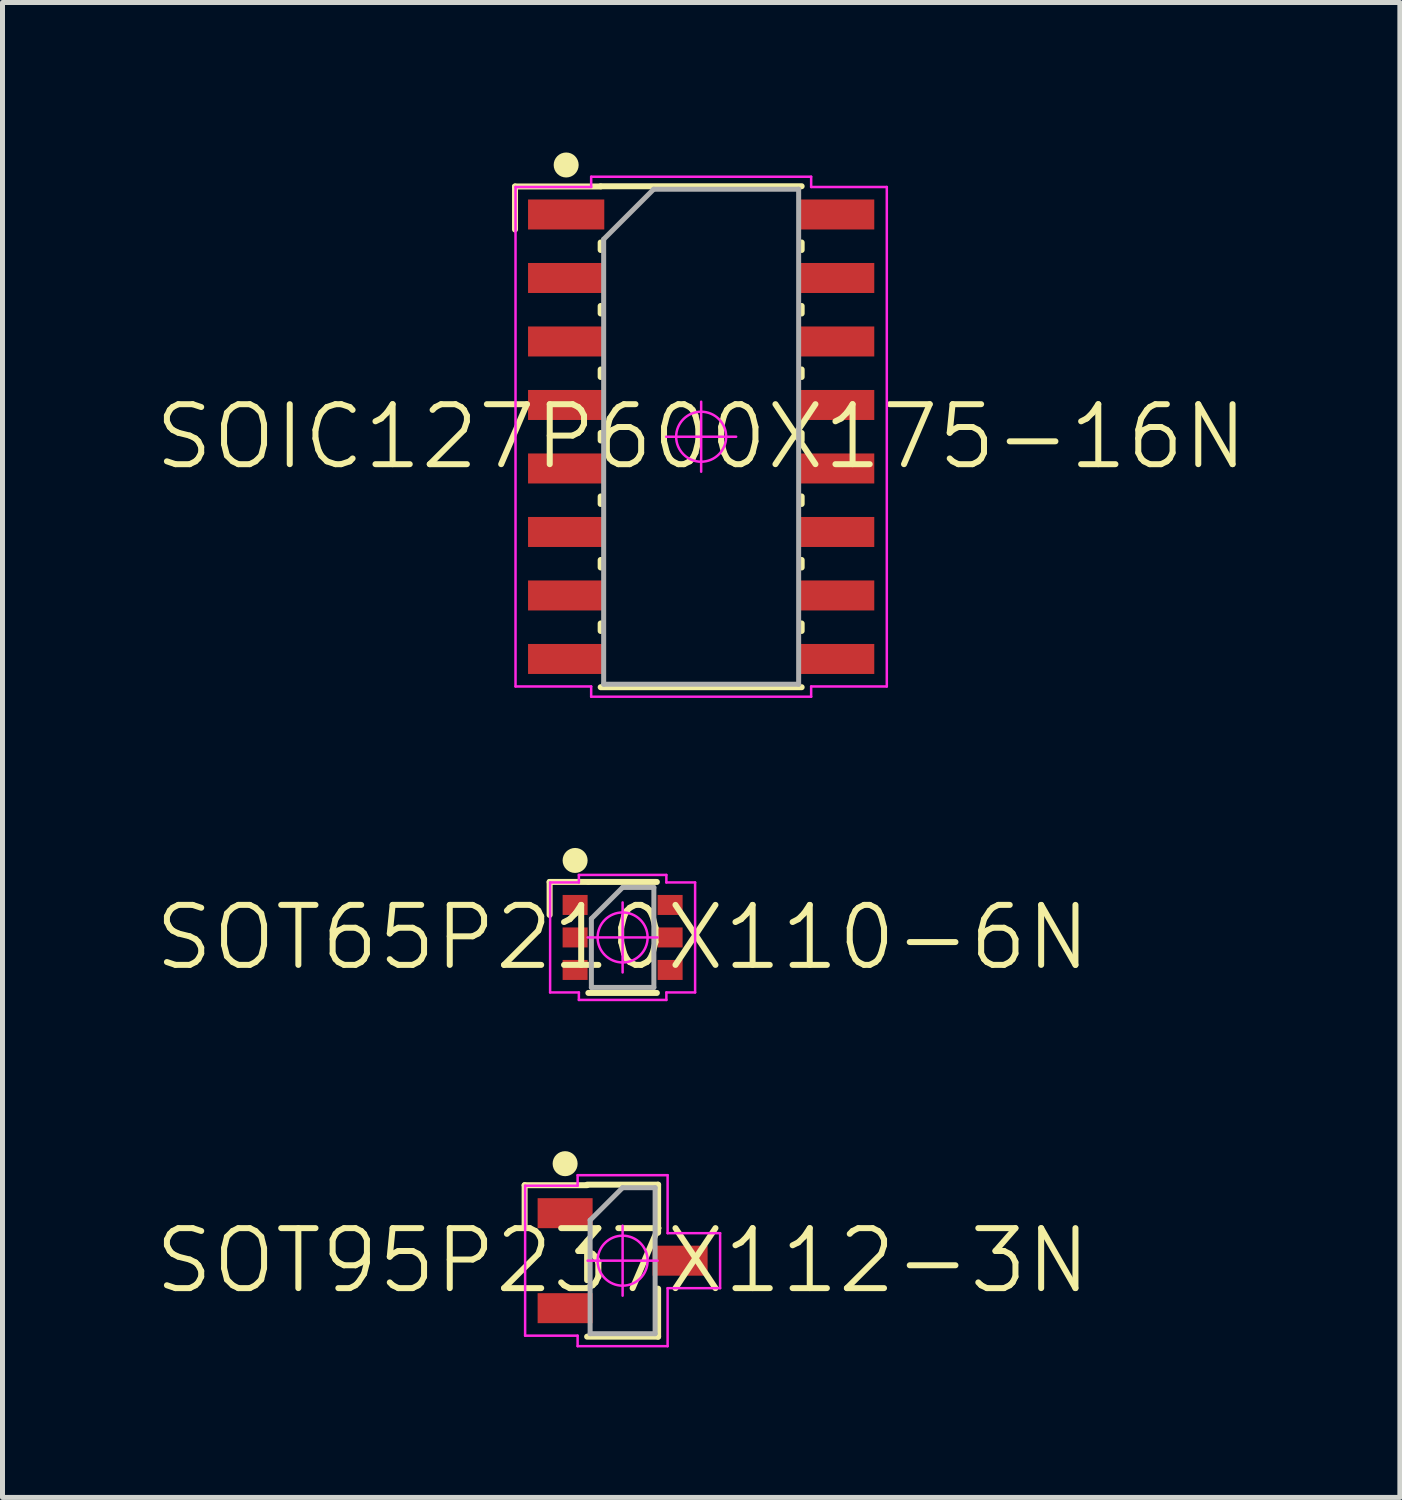
<source format=kicad_pcb>
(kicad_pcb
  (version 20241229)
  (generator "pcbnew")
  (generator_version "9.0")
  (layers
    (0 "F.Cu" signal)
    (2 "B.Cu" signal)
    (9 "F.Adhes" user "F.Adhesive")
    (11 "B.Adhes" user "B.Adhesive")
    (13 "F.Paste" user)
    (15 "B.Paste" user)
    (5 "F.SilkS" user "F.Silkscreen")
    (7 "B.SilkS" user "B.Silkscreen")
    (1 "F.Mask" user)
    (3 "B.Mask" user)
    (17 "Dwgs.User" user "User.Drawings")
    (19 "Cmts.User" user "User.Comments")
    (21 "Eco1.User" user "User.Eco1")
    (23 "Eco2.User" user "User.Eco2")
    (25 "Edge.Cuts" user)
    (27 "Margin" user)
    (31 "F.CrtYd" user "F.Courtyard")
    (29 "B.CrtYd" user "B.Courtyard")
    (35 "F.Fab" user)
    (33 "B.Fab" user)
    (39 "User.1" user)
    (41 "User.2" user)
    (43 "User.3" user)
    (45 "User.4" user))
  (footprint "SOT65P210X110-6N"
    (layer "F.Cu")
    (at 9.403 15.7)
    (property "Reference" "SOT65P210X110-6N" (at 0 0 0) (layer "F.SilkS") (effects (font (size 1.2 1.2) (thickness 0.12))))
    (attr smd)
    (fp_line (start -1.46 -1.11) (end -1.46 -0.45) (stroke (width 0.12) (type solid)) (layer "F.SilkS"))
    (fp_line (start -0.685 -1.11) (end -1.46 -1.11) (stroke (width 0.12) (type solid)) (layer "F.SilkS"))
    (fp_line (start -0.685 -1.11) (end 0.685 -1.11) (stroke (width 0.12) (type solid)) (layer "F.SilkS"))
    (fp_line (start 0.685 1.11) (end -0.685 1.11) (stroke (width 0.12) (type solid)) (layer "F.SilkS"))
    (fp_circle (center -0.95 -1.54) (end -0.95 -1.415) (stroke (width 0.25) (type solid)) (fill no) (layer "F.SilkS"))
    (fp_line (start -1.45 -1.1) (end -0.875 -1.1) (stroke (width 0.05) (type solid)) (layer "F.CrtYd"))
    (fp_line (start -1.45 1.1) (end -1.45 -1.1) (stroke (width 0.05) (type solid)) (layer "F.CrtYd"))
    (fp_line (start -0.875 -1.25) (end 0.875 -1.25) (stroke (width 0.05) (type solid)) (layer "F.CrtYd"))
    (fp_line (start -0.875 -1.1) (end -0.875 -1.25) (stroke (width 0.05) (type solid)) (layer "F.CrtYd"))
    (fp_line (start -0.875 1.1) (end -1.45 1.1) (stroke (width 0.05) (type solid)) (layer "F.CrtYd"))
    (fp_line (start -0.875 1.25) (end -0.875 1.1) (stroke (width 0.05) (type solid)) (layer "F.CrtYd"))
    (fp_line (start -0.7 0) (end 0.7 0) (stroke (width 0.05) (type solid)) (layer "F.CrtYd"))
    (fp_line (start 0 -0.7) (end 0 0.7) (stroke (width 0.05) (type solid)) (layer "F.CrtYd"))
    (fp_line (start 0.875 -1.25) (end 0.875 -1.1) (stroke (width 0.05) (type solid)) (layer "F.CrtYd"))
    (fp_line (start 0.875 -1.1) (end 1.45 -1.1) (stroke (width 0.05) (type solid)) (layer "F.CrtYd"))
    (fp_line (start 0.875 1.1) (end 0.875 1.25) (stroke (width 0.05) (type solid)) (layer "F.CrtYd"))
    (fp_line (start 0.875 1.25) (end -0.875 1.25) (stroke (width 0.05) (type solid)) (layer "F.CrtYd"))
    (fp_line (start 1.45 -1.1) (end 1.45 1.1) (stroke (width 0.05) (type solid)) (layer "F.CrtYd"))
    (fp_line (start 1.45 1.1) (end 0.875 1.1) (stroke (width 0.05) (type solid)) (layer "F.CrtYd"))
    (fp_circle (center 0 0) (end 0 0.5) (stroke (width 0.05) (type solid)) (fill no) (layer "F.CrtYd"))
    (fp_line (start -0.625 -0.375) (end 0 -1) (stroke (width 0.1) (type solid)) (layer "F.Fab"))
    (fp_line (start -0.625 1) (end -0.625 -0.375) (stroke (width 0.1) (type solid)) (layer "F.Fab"))
    (fp_line (start 0 -1) (end 0.625 -1) (stroke (width 0.1) (type solid)) (layer "F.Fab"))
    (fp_line (start 0.625 -1) (end 0.625 1) (stroke (width 0.1) (type solid)) (layer "F.Fab"))
    (fp_line (start 0.625 1) (end -0.625 1) (stroke (width 0.1) (type solid)) (layer "F.Fab"))
    (pad "1" smd rect (at -0.95 -0.65) (size 0.5 0.4) (layers "F.Cu" "F.Mask" "F.Paste"))
    (pad "2" smd rect (at -0.95 0) (size 0.5 0.4) (layers "F.Cu" "F.Mask" "F.Paste"))
    (pad "3" smd rect (at -0.95 0.65) (size 0.5 0.4) (layers "F.Cu" "F.Mask" "F.Paste"))
    (pad "4" smd rect (at 0.95 0.65) (size 0.5 0.4) (layers "F.Cu" "F.Mask" "F.Paste"))
    (pad "5" smd rect (at 0.95 0) (size 0.5 0.4) (layers "F.Cu" "F.Mask" "F.Paste"))
    (pad "6" smd rect (at 0.95 -0.65) (size 0.5 0.4) (layers "F.Cu" "F.Mask" "F.Paste")))
  (footprint "SOIC127P600X175-16N"
    (layer "F.Cu")
    (at 10.974 5.685)
    (property "Reference" "SOIC127P600X175-16N" (at 0 0 0) (layer "F.SilkS") (effects (font (size 1.2 1.2) (thickness 0.12))))
    (attr smd)
    (fp_line (start -3.723 -5.005) (end -3.723 -4.145) (stroke (width 0.12) (type solid)) (layer "F.SilkS"))
    (fp_line (start -2.01 -5.01) (end 2.01 -5.01) (stroke (width 0.12) (type solid)) (layer "F.SilkS"))
    (fp_line (start -2.01 -5.005) (end -3.723 -5.005) (stroke (width 0.12) (type solid)) (layer "F.SilkS"))
    (fp_line (start -2.01 -3.885) (end -2.01 -3.735) (stroke (width 0.12) (type solid)) (layer "F.SilkS"))
    (fp_line (start -2.01 -2.615) (end -2.01 -2.465) (stroke (width 0.12) (type solid)) (layer "F.SilkS"))
    (fp_line (start -2.01 -1.345) (end -2.01 -1.195) (stroke (width 0.12) (type solid)) (layer "F.SilkS"))
    (fp_line (start -2.01 -0.075) (end -2.01 0.075) (stroke (width 0.12) (type solid)) (layer "F.SilkS"))
    (fp_line (start -2.01 1.195) (end -2.01 1.345) (stroke (width 0.12) (type solid)) (layer "F.SilkS"))
    (fp_line (start -2.01 2.465) (end -2.01 2.615) (stroke (width 0.12) (type solid)) (layer "F.SilkS"))
    (fp_line (start -2.01 3.735) (end -2.01 3.885) (stroke (width 0.12) (type solid)) (layer "F.SilkS"))
    (fp_line (start 2.01 -3.885) (end 2.01 -3.735) (stroke (width 0.12) (type solid)) (layer "F.SilkS"))
    (fp_line (start 2.01 -2.615) (end 2.01 -2.465) (stroke (width 0.12) (type solid)) (layer "F.SilkS"))
    (fp_line (start 2.01 -1.345) (end 2.01 -1.195) (stroke (width 0.12) (type solid)) (layer "F.SilkS"))
    (fp_line (start 2.01 -0.075) (end 2.01 0.075) (stroke (width 0.12) (type solid)) (layer "F.SilkS"))
    (fp_line (start 2.01 1.195) (end 2.01 1.345) (stroke (width 0.12) (type solid)) (layer "F.SilkS"))
    (fp_line (start 2.01 2.465) (end 2.01 2.615) (stroke (width 0.12) (type solid)) (layer "F.SilkS"))
    (fp_line (start 2.01 3.735) (end 2.01 3.885) (stroke (width 0.12) (type solid)) (layer "F.SilkS"))
    (fp_line (start 2.01 5.01) (end -2.01 5.01) (stroke (width 0.12) (type solid)) (layer "F.SilkS"))
    (fp_circle (center -2.7 -5.435) (end -2.7 -5.31) (stroke (width 0.25) (type solid)) (fill no) (layer "F.SilkS"))
    (fp_line (start -3.713 -4.995) (end -2.2 -4.995) (stroke (width 0.05) (type solid)) (layer "F.CrtYd"))
    (fp_line (start -3.713 4.995) (end -3.713 -4.995) (stroke (width 0.05) (type solid)) (layer "F.CrtYd"))
    (fp_line (start -2.2 -5.2) (end 2.2 -5.2) (stroke (width 0.05) (type solid)) (layer "F.CrtYd"))
    (fp_line (start -2.2 -4.995) (end -2.2 -5.2) (stroke (width 0.05) (type solid)) (layer "F.CrtYd"))
    (fp_line (start -2.2 4.995) (end -3.713 4.995) (stroke (width 0.05) (type solid)) (layer "F.CrtYd"))
    (fp_line (start -2.2 5.2) (end -2.2 4.995) (stroke (width 0.05) (type solid)) (layer "F.CrtYd"))
    (fp_line (start -0.7 0) (end 0.7 0) (stroke (width 0.05) (type solid)) (layer "F.CrtYd"))
    (fp_line (start 0 -0.7) (end 0 0.7) (stroke (width 0.05) (type solid)) (layer "F.CrtYd"))
    (fp_line (start 2.2 -5.2) (end 2.2 -4.995) (stroke (width 0.05) (type solid)) (layer "F.CrtYd"))
    (fp_line (start 2.2 -4.995) (end 3.713 -4.995) (stroke (width 0.05) (type solid)) (layer "F.CrtYd"))
    (fp_line (start 2.2 4.995) (end 2.2 5.2) (stroke (width 0.05) (type solid)) (layer "F.CrtYd"))
    (fp_line (start 2.2 5.2) (end -2.2 5.2) (stroke (width 0.05) (type solid)) (layer "F.CrtYd"))
    (fp_line (start 3.713 -4.995) (end 3.713 4.995) (stroke (width 0.05) (type solid)) (layer "F.CrtYd"))
    (fp_line (start 3.713 4.995) (end 2.2 4.995) (stroke (width 0.05) (type solid)) (layer "F.CrtYd"))
    (fp_circle (center 0 0) (end 0 0.5) (stroke (width 0.05) (type solid)) (fill no) (layer "F.CrtYd"))
    (fp_line (start -1.95 -3.95) (end -0.95 -4.95) (stroke (width 0.1) (type solid)) (layer "F.Fab"))
    (fp_line (start -1.95 4.95) (end -1.95 -3.95) (stroke (width 0.1) (type solid)) (layer "F.Fab"))
    (fp_line (start -0.95 -4.95) (end 1.95 -4.95) (stroke (width 0.1) (type solid)) (layer "F.Fab"))
    (fp_line (start 1.95 -4.95) (end 1.95 4.95) (stroke (width 0.1) (type solid)) (layer "F.Fab"))
    (fp_line (start 1.95 4.95) (end -1.95 4.95) (stroke (width 0.1) (type solid)) (layer "F.Fab"))
    (pad "1" smd rect (at -2.7 -4.445) (size 1.525 0.6) (layers "F.Cu" "F.Mask" "F.Paste"))
    (pad "2" smd rect (at -2.7 -3.175) (size 1.525 0.6) (layers "F.Cu" "F.Mask" "F.Paste"))
    (pad "3" smd rect (at -2.7 -1.905) (size 1.525 0.6) (layers "F.Cu" "F.Mask" "F.Paste"))
    (pad "4" smd rect (at -2.7 -0.635) (size 1.525 0.6) (layers "F.Cu" "F.Mask" "F.Paste"))
    (pad "5" smd rect (at -2.7 0.635) (size 1.525 0.6) (layers "F.Cu" "F.Mask" "F.Paste"))
    (pad "6" smd rect (at -2.7 1.905) (size 1.525 0.6) (layers "F.Cu" "F.Mask" "F.Paste"))
    (pad "7" smd rect (at -2.7 3.175) (size 1.525 0.6) (layers "F.Cu" "F.Mask" "F.Paste"))
    (pad "8" smd rect (at -2.7 4.445) (size 1.525 0.6) (layers "F.Cu" "F.Mask" "F.Paste"))
    (pad "9" smd rect (at 2.7 4.445) (size 1.525 0.6) (layers "F.Cu" "F.Mask" "F.Paste"))
    (pad "10" smd rect (at 2.7 3.175) (size 1.525 0.6) (layers "F.Cu" "F.Mask" "F.Paste"))
    (pad "11" smd rect (at 2.7 1.905) (size 1.525 0.6) (layers "F.Cu" "F.Mask" "F.Paste"))
    (pad "12" smd rect (at 2.7 0.635) (size 1.525 0.6) (layers "F.Cu" "F.Mask" "F.Paste"))
    (pad "13" smd rect (at 2.7 -0.635) (size 1.525 0.6) (layers "F.Cu" "F.Mask" "F.Paste"))
    (pad "14" smd rect (at 2.7 -1.905) (size 1.525 0.6) (layers "F.Cu" "F.Mask" "F.Paste"))
    (pad "15" smd rect (at 2.7 -3.175) (size 1.525 0.6) (layers "F.Cu" "F.Mask" "F.Paste"))
    (pad "16" smd rect (at 2.7 -4.445) (size 1.525 0.6) (layers "F.Cu" "F.Mask" "F.Paste")))
  (footprint "SOT95P237X112-3N"
    (layer "F.Cu")
    (at 9.403 22.165)
    (property "Reference" "SOT95P237X112-3N" (at 0 0 0) (layer "F.SilkS") (effects (font (size 1.2 1.2) (thickness 0.12))))
    (attr smd)
    (fp_line (start -1.96 -1.51) (end -1.96 -0.65) (stroke (width 0.12) (type solid)) (layer "F.SilkS"))
    (fp_line (start -0.71 -1.52) (end 0.71 -1.52) (stroke (width 0.12) (type solid)) (layer "F.SilkS"))
    (fp_line (start -0.71 -1.51) (end -1.96 -1.51) (stroke (width 0.12) (type solid)) (layer "F.SilkS"))
    (fp_line (start -0.71 -0.39) (end -0.71 0.39) (stroke (width 0.12) (type solid)) (layer "F.SilkS"))
    (fp_line (start 0.71 -1.52) (end 0.71 -0.56) (stroke (width 0.12) (type solid)) (layer "F.SilkS"))
    (fp_line (start 0.71 0.56) (end 0.71 1.52) (stroke (width 0.12) (type solid)) (layer "F.SilkS"))
    (fp_line (start 0.71 1.52) (end -0.71 1.52) (stroke (width 0.12) (type solid)) (layer "F.SilkS"))
    (fp_circle (center -1.15 -1.94) (end -1.15 -1.815) (stroke (width 0.25) (type solid)) (fill no) (layer "F.SilkS"))
    (fp_line (start -1.95 -1.5) (end -0.9 -1.5) (stroke (width 0.05) (type solid)) (layer "F.CrtYd"))
    (fp_line (start -1.95 1.5) (end -1.95 -1.5) (stroke (width 0.05) (type solid)) (layer "F.CrtYd"))
    (fp_line (start -0.9 -1.71) (end 0.9 -1.71) (stroke (width 0.05) (type solid)) (layer "F.CrtYd"))
    (fp_line (start -0.9 -1.5) (end -0.9 -1.71) (stroke (width 0.05) (type solid)) (layer "F.CrtYd"))
    (fp_line (start -0.9 1.5) (end -1.95 1.5) (stroke (width 0.05) (type solid)) (layer "F.CrtYd"))
    (fp_line (start -0.9 1.71) (end -0.9 1.5) (stroke (width 0.05) (type solid)) (layer "F.CrtYd"))
    (fp_line (start -0.7 0) (end 0.7 0) (stroke (width 0.05) (type solid)) (layer "F.CrtYd"))
    (fp_line (start 0 -0.7) (end 0 0.7) (stroke (width 0.05) (type solid)) (layer "F.CrtYd"))
    (fp_line (start 0.9 -1.71) (end 0.9 -0.55) (stroke (width 0.05) (type solid)) (layer "F.CrtYd"))
    (fp_line (start 0.9 -0.55) (end 1.95 -0.55) (stroke (width 0.05) (type solid)) (layer "F.CrtYd"))
    (fp_line (start 0.9 0.55) (end 0.9 1.71) (stroke (width 0.05) (type solid)) (layer "F.CrtYd"))
    (fp_line (start 0.9 1.71) (end -0.9 1.71) (stroke (width 0.05) (type solid)) (layer "F.CrtYd"))
    (fp_line (start 1.95 -0.55) (end 1.95 0.55) (stroke (width 0.05) (type solid)) (layer "F.CrtYd"))
    (fp_line (start 1.95 0.55) (end 0.9 0.55) (stroke (width 0.05) (type solid)) (layer "F.CrtYd"))
    (fp_circle (center 0 0) (end 0 0.5) (stroke (width 0.05) (type solid)) (fill no) (layer "F.CrtYd"))
    (fp_line (start -0.65 -0.81) (end 0 -1.46) (stroke (width 0.1) (type solid)) (layer "F.Fab"))
    (fp_line (start -0.65 1.46) (end -0.65 -0.81) (stroke (width 0.1) (type solid)) (layer "F.Fab"))
    (fp_line (start 0 -1.46) (end 0.65 -1.46) (stroke (width 0.1) (type solid)) (layer "F.Fab"))
    (fp_line (start 0.65 -1.46) (end 0.65 1.46) (stroke (width 0.1) (type solid)) (layer "F.Fab"))
    (fp_line (start 0.65 1.46) (end -0.65 1.46) (stroke (width 0.1) (type solid)) (layer "F.Fab"))
    (pad "1" smd rect (at -1.15 -0.95) (size 1.1 0.6) (layers "F.Cu" "F.Mask" "F.Paste"))
    (pad "2" smd rect (at -1.15 0.95) (size 1.1 0.6) (layers "F.Cu" "F.Mask" "F.Paste"))
    (pad "3" smd rect (at 1.15 0) (size 1.1 0.6) (layers "F.Cu" "F.Mask" "F.Paste")))
  (gr_rect
    (start -3 -3)
    (end 24.949 26.9)
    (stroke (width 0.1) (type default))
    (fill no)
    (layer "Edge.Cuts")))
</source>
